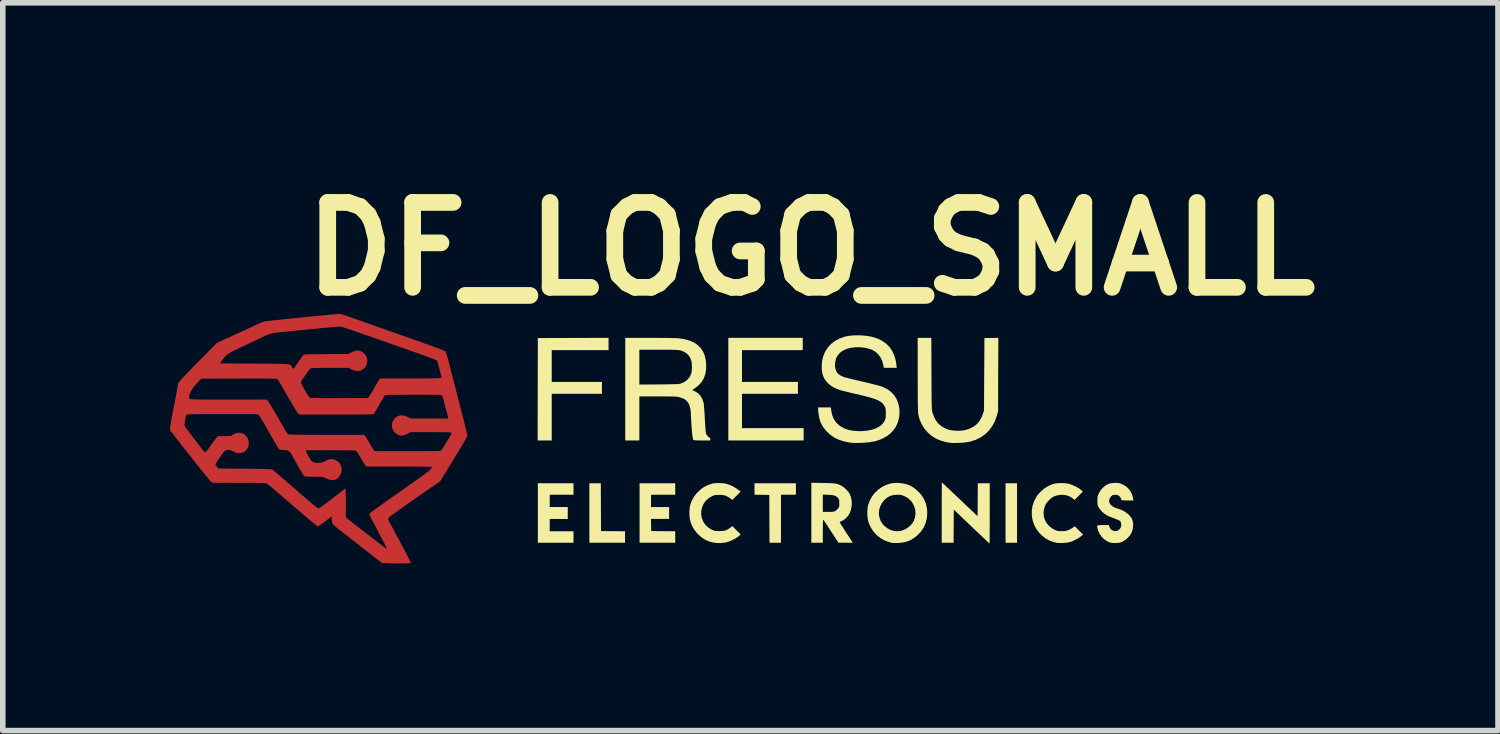
<source format=kicad_pcb>
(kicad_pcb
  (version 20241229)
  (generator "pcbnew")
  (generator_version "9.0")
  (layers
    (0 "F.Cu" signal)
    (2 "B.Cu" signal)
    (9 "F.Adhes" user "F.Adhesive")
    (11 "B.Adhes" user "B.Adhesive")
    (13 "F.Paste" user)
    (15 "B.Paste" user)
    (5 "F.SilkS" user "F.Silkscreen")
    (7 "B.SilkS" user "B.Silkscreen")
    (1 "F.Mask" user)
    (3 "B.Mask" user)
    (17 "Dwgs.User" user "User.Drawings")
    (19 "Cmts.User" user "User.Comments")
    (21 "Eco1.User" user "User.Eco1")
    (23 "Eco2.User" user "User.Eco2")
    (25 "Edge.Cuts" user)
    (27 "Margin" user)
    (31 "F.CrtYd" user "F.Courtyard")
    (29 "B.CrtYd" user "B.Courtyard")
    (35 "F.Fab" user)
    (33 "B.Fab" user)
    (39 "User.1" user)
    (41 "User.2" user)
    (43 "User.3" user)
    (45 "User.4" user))
  (footprint "DF_LOGO_SMALL"
    (layer "F.Cu")
    (at 11.853 4.818)
    (property "Reference" "DF_LOGO_SMALL" (at -0.348 -3.4 0) (layer "F.SilkS") (effects (font (size 1.524 1.524) (thickness 0.3))))
    (attr board_only exclude_from_pos_files exclude_from_bom)
    (fp_poly (pts (xy -8.792 -2.231) (xy -8.781 -2.23) (xy -8.779 -2.229) (xy -8.765 -2.225) (xy -8.738 -2.216) (xy -8.698 -2.203) (xy -8.649 -2.186) (xy -8.59 -2.166) (xy -8.523 -2.143) (xy -8.45 -2.117) (xy -8.372 -2.09) (xy -8.306 -2.066) (xy -8.212 -2.033) (xy -8.106 -1.995) (xy -7.992 -1.955) (xy -7.873 -1.913) (xy -7.753 -1.871) (xy -7.636 -1.829) (xy -7.524 -1.79) (xy -7.421 -1.753) (xy -7.399 -1.746) (xy -7.287 -1.706) (xy -7.189 -1.671) (xy -7.106 -1.641) (xy -7.038 -1.616) (xy -6.985 -1.595) (xy -6.946 -1.579) (xy -6.921 -1.568) (xy -6.911 -1.562) (xy -6.905 -1.554) (xy -6.899 -1.54) (xy -6.891 -1.519) (xy -6.881 -1.489) (xy -6.87 -1.448) (xy -6.856 -1.396) (xy -6.838 -1.331) (xy -6.823 -1.272) (xy -6.808 -1.212) (xy -6.789 -1.139) (xy -6.767 -1.055) (xy -6.744 -0.964) (xy -6.719 -0.868) (xy -6.694 -0.77) (xy -6.668 -0.672) (xy -6.644 -0.576) (xy -6.634 -0.537) (xy -6.612 -0.454) (xy -6.592 -0.374) (xy -6.573 -0.3) (xy -6.557 -0.233) (xy -6.542 -0.175) (xy -6.53 -0.126) (xy -6.522 -0.088) (xy -6.516 -0.062) (xy -6.514 -0.051) (xy -6.517 -0.041) (xy -6.526 -0.021) (xy -6.542 0.008) (xy -6.564 0.048) (xy -6.593 0.098) (xy -6.63 0.16) (xy -6.674 0.234) (xy -6.727 0.32) (xy -6.758 0.372) (xy -7.002 0.771) (xy -7.104 0.841) (xy -7.188 0.899) (xy -7.26 0.949) (xy -7.324 0.993) (xy -7.382 1.033) (xy -7.435 1.07) (xy -7.486 1.106) (xy -7.537 1.141) (xy -7.59 1.179) (xy -7.647 1.219) (xy -7.676 1.24) (xy -7.729 1.277) (xy -7.778 1.313) (xy -7.823 1.345) (xy -7.861 1.372) (xy -7.89 1.394) (xy -7.909 1.408) (xy -7.915 1.414) (xy -7.932 1.435) (xy -7.937 1.457) (xy -7.93 1.475) (xy -7.924 1.484) (xy -7.912 1.505) (xy -7.894 1.538) (xy -7.87 1.582) (xy -7.841 1.635) (xy -7.809 1.696) (xy -7.772 1.763) (xy -7.733 1.837) (xy -7.692 1.914) (xy -7.649 1.995) (xy -7.61 2.069) (xy -7.586 2.115) (xy -7.565 2.157) (xy -7.548 2.192) (xy -7.536 2.218) (xy -7.53 2.234) (xy -7.53 2.237) (xy -7.539 2.24) (xy -7.562 2.242) (xy -7.596 2.244) (xy -7.639 2.245) (xy -7.688 2.245) (xy -7.742 2.246) (xy -7.798 2.246) (xy -7.853 2.245) (xy -7.906 2.244) (xy -7.953 2.242) (xy -7.994 2.241) (xy -8.025 2.238) (xy -8.044 2.236) (xy -8.048 2.235) (xy -8.058 2.228) (xy -8.079 2.212) (xy -8.11 2.189) (xy -8.149 2.158) (xy -8.197 2.122) (xy -8.25 2.08) (xy -8.309 2.034) (xy -8.372 1.985) (xy -8.404 1.96) (xy -8.471 1.907) (xy -8.537 1.855) (xy -8.601 1.805) (xy -8.66 1.759) (xy -8.714 1.716) (xy -8.761 1.68) (xy -8.799 1.65) (xy -8.826 1.629) (xy -8.832 1.625) (xy -8.866 1.598) (xy -8.895 1.573) (xy -8.918 1.552) (xy -8.931 1.537) (xy -8.934 1.534) (xy -8.939 1.516) (xy -8.944 1.488) (xy -8.947 1.457) (xy -8.951 1.401) (xy -9.069 1.492) (xy -9.116 1.527) (xy -9.154 1.553) (xy -9.181 1.571) (xy -9.199 1.579) (xy -9.202 1.58) (xy -9.211 1.574) (xy -9.23 1.559) (xy -9.259 1.535) (xy -9.298 1.504) (xy -9.344 1.465) (xy -9.397 1.42) (xy -9.457 1.369) (xy -9.521 1.314) (xy -9.59 1.255) (xy -9.657 1.198) (xy -9.729 1.136) (xy -9.798 1.077) (xy -9.862 1.021) (xy -9.922 0.97) (xy -9.975 0.925) (xy -10.022 0.886) (xy -10.06 0.854) (xy -10.09 0.83) (xy -10.109 0.814) (xy -10.117 0.809) (xy -10.127 0.807) (xy -10.144 0.805) (xy -10.172 0.803) (xy -10.21 0.802) (xy -10.259 0.801) (xy -10.321 0.8) (xy -10.395 0.799) (xy -10.483 0.799) (xy -10.586 0.799) (xy -10.614 0.799) (xy -11.089 0.798) (xy -11.114 0.781) (xy -11.122 0.772) (xy -11.14 0.752) (xy -11.165 0.721) (xy -11.197 0.682) (xy -11.235 0.636) (xy -11.278 0.583) (xy -11.324 0.524) (xy -11.374 0.462) (xy -11.425 0.398) (xy -11.478 0.331) (xy -11.531 0.265) (xy -11.582 0.199) (xy -11.632 0.136) (xy -11.679 0.076) (xy -11.722 0.02) (xy -11.761 -0.029) (xy -11.793 -0.072) (xy -11.819 -0.106) (xy -11.837 -0.131) (xy -11.847 -0.145) (xy -11.848 -0.146) (xy -11.85 -0.153) (xy -11.852 -0.162) (xy -11.853 -0.173) (xy -11.852 -0.19) (xy -11.849 -0.212) (xy -11.844 -0.242) (xy -11.843 -0.25) (xy -11.591 -0.25) (xy -11.59 -0.228) (xy -11.588 -0.223) (xy -11.582 -0.212) (xy -11.567 -0.19) (xy -11.545 -0.16) (xy -11.518 -0.124) (xy -11.488 -0.084) (xy -11.476 -0.069) (xy -11.439 -0.021) (xy -11.401 0.029) (xy -11.363 0.079) (xy -11.328 0.124) (xy -11.301 0.16) (xy -11.301 0.16) (xy -11.269 0.201) (xy -11.245 0.23) (xy -11.227 0.247) (xy -11.219 0.251) (xy -11.21 0.244) (xy -11.194 0.227) (xy -11.173 0.2) (xy -11.149 0.168) (xy -11.133 0.146) (xy -11.105 0.107) (xy -11.078 0.069) (xy -11.053 0.036) (xy -11.034 0.01) (xy -11.028 0.003) (xy -10.997 -0.038) (xy -10.876 -0.041) (xy -10.755 -0.043) (xy -10.714 -0.07) (xy -10.666 -0.093) (xy -10.616 -0.101) (xy -10.568 -0.096) (xy -10.524 -0.076) (xy -10.486 -0.045) (xy -10.456 -0.001) (xy -10.454 0.004) (xy -10.438 0.055) (xy -10.437 0.107) (xy -10.45 0.157) (xy -10.477 0.202) (xy -10.48 0.205) (xy -10.511 0.236) (xy -10.542 0.254) (xy -10.58 0.263) (xy -10.609 0.264) (xy -10.639 0.263) (xy -10.663 0.259) (xy -10.687 0.249) (xy -10.713 0.235) (xy -10.761 0.213) (xy -10.802 0.205) (xy -10.839 0.211) (xy -10.86 0.221) (xy -10.875 0.234) (xy -10.895 0.257) (xy -10.918 0.286) (xy -10.932 0.306) (xy -10.955 0.34) (xy -10.979 0.374) (xy -10.999 0.403) (xy -11.007 0.415) (xy -11.023 0.438) (xy -11.033 0.457) (xy -11.036 0.467) (xy -11.031 0.48) (xy -11.019 0.499) (xy -11.009 0.511) (xy -10.982 0.542) (xy -10.509 0.545) (xy -10.41 0.546) (xy -10.325 0.547) (xy -10.254 0.548) (xy -10.194 0.549) (xy -10.146 0.55) (xy -10.107 0.551) (xy -10.077 0.552) (xy -10.054 0.554) (xy -10.038 0.556) (xy -10.026 0.558) (xy -10.017 0.56) (xy -10.012 0.563) (xy -10.002 0.57) (xy -9.981 0.587) (xy -9.951 0.612) (xy -9.912 0.646) (xy -9.865 0.686) (xy -9.811 0.732) (xy -9.752 0.782) (xy -9.689 0.837) (xy -9.622 0.895) (xy -9.598 0.916) (xy -9.514 0.99) (xy -9.441 1.053) (xy -9.378 1.107) (xy -9.326 1.152) (xy -9.283 1.188) (xy -9.248 1.216) (xy -9.222 1.236) (xy -9.204 1.249) (xy -9.192 1.256) (xy -9.189 1.257) (xy -9.176 1.252) (xy -9.153 1.238) (xy -9.117 1.214) (xy -9.071 1.18) (xy -9.012 1.136) (xy -8.966 1.101) (xy -8.916 1.063) (xy -8.868 1.026) (xy -8.825 0.993) (xy -8.789 0.964) (xy -8.76 0.942) (xy -8.742 0.928) (xy -8.737 0.924) (xy -8.72 0.91) (xy -8.706 0.902) (xy -8.704 0.901) (xy -8.701 0.909) (xy -8.7 0.932) (xy -8.698 0.968) (xy -8.697 1.018) (xy -8.696 1.08) (xy -8.696 1.153) (xy -8.696 1.158) (xy -8.696 1.416) (xy -8.678 1.433) (xy -8.667 1.442) (xy -8.646 1.46) (xy -8.615 1.484) (xy -8.577 1.514) (xy -8.533 1.548) (xy -8.485 1.584) (xy -8.466 1.599) (xy -8.408 1.643) (xy -8.345 1.692) (xy -8.281 1.741) (xy -8.219 1.789) (xy -8.163 1.832) (xy -8.123 1.864) (xy -8.081 1.897) (xy -8.043 1.926) (xy -8.011 1.95) (xy -7.986 1.967) (xy -7.971 1.977) (xy -7.967 1.979) (xy -7.965 1.97) (xy -7.968 1.958) (xy -7.974 1.946) (xy -7.986 1.922) (xy -8.002 1.889) (xy -8.022 1.851) (xy -8.042 1.814) (xy -8.076 1.75) (xy -8.109 1.686) (xy -8.142 1.623) (xy -8.173 1.564) (xy -8.201 1.51) (xy -8.226 1.462) (xy -8.246 1.423) (xy -8.261 1.394) (xy -8.269 1.377) (xy -8.271 1.373) (xy -8.271 1.358) (xy -8.258 1.34) (xy -8.255 1.337) (xy -8.245 1.329) (xy -8.224 1.313) (xy -8.191 1.289) (xy -8.149 1.259) (xy -8.097 1.222) (xy -8.038 1.18) (xy -7.972 1.133) (xy -7.901 1.082) (xy -7.824 1.028) (xy -7.744 0.972) (xy -7.717 0.953) (xy -7.614 0.881) (xy -7.525 0.817) (xy -7.447 0.762) (xy -7.38 0.714) (xy -7.323 0.673) (xy -7.277 0.639) (xy -7.24 0.611) (xy -7.211 0.589) (xy -7.191 0.572) (xy -7.178 0.56) (xy -7.173 0.555) (xy -7.159 0.534) (xy -7.149 0.518) (xy -7.146 0.513) (xy -7.154 0.512) (xy -7.176 0.511) (xy -7.212 0.51) (xy -7.26 0.509) (xy -7.319 0.508) (xy -7.387 0.507) (xy -7.464 0.507) (xy -7.548 0.506) (xy -7.638 0.506) (xy -7.733 0.506) (xy -8.325 0.506) (xy -8.343 0.487) (xy -8.353 0.473) (xy -8.369 0.449) (xy -8.389 0.417) (xy -8.41 0.382) (xy -8.411 0.38) (xy -8.441 0.33) (xy -8.463 0.292) (xy -8.48 0.264) (xy -8.493 0.245) (xy -8.503 0.233) (xy -8.511 0.225) (xy -8.518 0.221) (xy -8.527 0.219) (xy -8.53 0.219) (xy -8.542 0.218) (xy -8.567 0.217) (xy -8.604 0.216) (xy -8.652 0.216) (xy -8.707 0.215) (xy -8.77 0.215) (xy -8.837 0.214) (xy -8.908 0.214) (xy -8.98 0.214) (xy -9.052 0.213) (xy -9.123 0.213) (xy -9.189 0.213) (xy -9.25 0.214) (xy -9.304 0.214) (xy -9.35 0.214) (xy -9.384 0.215) (xy -9.407 0.215) (xy -9.415 0.216) (xy -9.415 0.216) (xy -9.412 0.228) (xy -9.402 0.25) (xy -9.388 0.279) (xy -9.372 0.311) (xy -9.355 0.342) (xy -9.339 0.37) (xy -9.327 0.391) (xy -9.319 0.401) (xy -9.285 0.424) (xy -9.244 0.439) (xy -9.211 0.443) (xy -9.169 0.44) (xy -9.125 0.432) (xy -9.087 0.42) (xy -9.06 0.407) (xy -9.012 0.382) (xy -8.965 0.372) (xy -8.917 0.377) (xy -8.882 0.39) (xy -8.843 0.412) (xy -8.816 0.436) (xy -8.794 0.469) (xy -8.785 0.488) (xy -8.77 0.537) (xy -8.771 0.588) (xy -8.787 0.64) (xy -8.793 0.653) (xy -8.824 0.699) (xy -8.86 0.731) (xy -8.902 0.747) (xy -8.951 0.75) (xy -9.004 0.737) (xy -9.042 0.721) (xy -9.103 0.692) (xy -9.27 0.689) (xy -9.327 0.688) (xy -9.37 0.687) (xy -9.401 0.686) (xy -9.422 0.683) (xy -9.436 0.681) (xy -9.445 0.677) (xy -9.449 0.673) (xy -9.457 0.661) (xy -9.472 0.637) (xy -9.492 0.604) (xy -9.515 0.564) (xy -9.541 0.52) (xy -9.567 0.475) (xy -9.592 0.429) (xy -9.615 0.387) (xy -9.635 0.35) (xy -9.649 0.325) (xy -9.673 0.281) (xy -9.696 0.249) (xy -9.72 0.228) (xy -9.748 0.216) (xy -9.783 0.21) (xy -9.816 0.209) (xy -9.853 0.208) (xy -9.877 0.205) (xy -9.891 0.199) (xy -9.892 0.198) (xy -9.9 0.187) (xy -9.915 0.164) (xy -9.935 0.129) (xy -9.962 0.085) (xy -9.992 0.032) (xy -10.027 -0.028) (xy -10.066 -0.095) (xy -10.106 -0.166) (xy -10.148 -0.24) (xy -10.158 -0.257) (xy -10.183 -0.301) (xy -10.207 -0.341) (xy -10.229 -0.376) (xy -10.246 -0.401) (xy -10.257 -0.416) (xy -10.258 -0.417) (xy -10.278 -0.435) (xy -10.908 -0.435) (xy -11.028 -0.435) (xy -11.133 -0.435) (xy -11.224 -0.434) (xy -11.301 -0.434) (xy -11.367 -0.433) (xy -11.42 -0.433) (xy -11.464 -0.432) (xy -11.497 -0.431) (xy -11.522 -0.429) (xy -11.539 -0.428) (xy -11.549 -0.426) (xy -11.553 -0.425) (xy -11.563 -0.409) (xy -11.571 -0.38) (xy -11.574 -0.364) (xy -11.579 -0.33) (xy -11.584 -0.296) (xy -11.588 -0.276) (xy -11.591 -0.25) (xy -11.843 -0.25) (xy -11.837 -0.282) (xy -11.828 -0.333) (xy -11.816 -0.396) (xy -11.804 -0.459) (xy -11.79 -0.53) (xy -11.776 -0.602) (xy -11.763 -0.671) (xy -11.752 -0.73) (xy -11.511 -0.73) (xy -11.511 -0.723) (xy -11.507 -0.717) (xy -11.499 -0.712) (xy -11.487 -0.707) (xy -11.47 -0.704) (xy -11.445 -0.701) (xy -11.413 -0.699) (xy -11.373 -0.698) (xy -11.324 -0.697) (xy -11.264 -0.696) (xy -11.192 -0.696) (xy -11.109 -0.696) (xy -11.012 -0.696) (xy -10.901 -0.696) (xy -10.8 -0.696) (xy -10.114 -0.696) (xy -10.098 -0.678) (xy -10.09 -0.667) (xy -10.075 -0.644) (xy -10.055 -0.611) (xy -10.03 -0.57) (xy -10.001 -0.522) (xy -9.97 -0.47) (xy -9.938 -0.415) (xy -9.905 -0.358) (xy -9.873 -0.303) (xy -9.842 -0.25) (xy -9.814 -0.201) (xy -9.792 -0.161) (xy -9.766 -0.118) (xy -9.745 -0.089) (xy -9.729 -0.073) (xy -9.727 -0.072) (xy -9.719 -0.071) (xy -9.701 -0.069) (xy -9.673 -0.068) (xy -9.634 -0.067) (xy -9.584 -0.066) (xy -9.522 -0.065) (xy -9.447 -0.064) (xy -9.359 -0.064) (xy -9.257 -0.063) (xy -9.141 -0.063) (xy -9.037 -0.063) (xy -8.367 -0.063) (xy -8.351 -0.045) (xy -8.342 -0.032) (xy -8.326 -0.008) (xy -8.307 0.023) (xy -8.286 0.06) (xy -8.277 0.075) (xy -8.255 0.114) (xy -8.234 0.149) (xy -8.216 0.179) (xy -8.203 0.199) (xy -8.2 0.204) (xy -8.181 0.229) (xy -7.589 0.229) (xy -7.478 0.229) (xy -7.382 0.229) (xy -7.299 0.229) (xy -7.229 0.229) (xy -7.171 0.229) (xy -7.123 0.228) (xy -7.084 0.227) (xy -7.054 0.227) (xy -7.031 0.226) (xy -7.014 0.224) (xy -7.001 0.223) (xy -6.993 0.221) (xy -6.988 0.218) (xy -6.984 0.216) (xy -6.982 0.213) (xy -6.974 0.202) (xy -6.959 0.18) (xy -6.939 0.148) (xy -6.915 0.11) (xy -6.888 0.067) (xy -6.88 0.054) (xy -6.849 0.004) (xy -6.826 -0.035) (xy -6.811 -0.063) (xy -6.802 -0.082) (xy -6.798 -0.094) (xy -6.8 -0.1) (xy -6.804 -0.103) (xy -6.815 -0.105) (xy -6.832 -0.107) (xy -6.858 -0.108) (xy -6.893 -0.109) (xy -6.938 -0.11) (xy -6.996 -0.11) (xy -7.066 -0.111) (xy -7.151 -0.111) (xy -7.174 -0.111) (xy -7.54 -0.111) (xy -7.585 -0.084) (xy -7.636 -0.059) (xy -7.683 -0.049) (xy -7.717 -0.052) (xy -7.768 -0.07) (xy -7.81 -0.098) (xy -7.841 -0.135) (xy -7.861 -0.178) (xy -7.87 -0.224) (xy -7.866 -0.271) (xy -7.849 -0.317) (xy -7.819 -0.358) (xy -7.779 -0.391) (xy -7.733 -0.41) (xy -7.683 -0.414) (xy -7.631 -0.404) (xy -7.587 -0.384) (xy -7.536 -0.356) (xy -6.862 -0.356) (xy -6.862 -0.374) (xy -6.864 -0.389) (xy -6.87 -0.415) (xy -6.878 -0.447) (xy -6.882 -0.462) (xy -6.892 -0.498) (xy -6.904 -0.543) (xy -6.916 -0.593) (xy -6.929 -0.641) (xy -6.929 -0.644) (xy -6.94 -0.684) (xy -6.951 -0.72) (xy -6.96 -0.748) (xy -6.968 -0.766) (xy -6.97 -0.768) (xy -6.973 -0.771) (xy -6.978 -0.774) (xy -6.986 -0.776) (xy -6.997 -0.777) (xy -7.014 -0.779) (xy -7.037 -0.78) (xy -7.068 -0.781) (xy -7.107 -0.782) (xy -7.157 -0.782) (xy -7.217 -0.782) (xy -7.289 -0.783) (xy -7.375 -0.783) (xy -7.475 -0.783) (xy -7.483 -0.783) (xy -7.586 -0.783) (xy -7.673 -0.782) (xy -7.748 -0.782) (xy -7.81 -0.782) (xy -7.86 -0.781) (xy -7.901 -0.781) (xy -7.932 -0.78) (xy -7.956 -0.778) (xy -7.973 -0.777) (xy -7.985 -0.775) (xy -7.992 -0.773) (xy -7.995 -0.771) (xy -8.003 -0.76) (xy -8.016 -0.738) (xy -8.035 -0.707) (xy -8.058 -0.668) (xy -8.083 -0.625) (xy -8.096 -0.603) (xy -8.122 -0.557) (xy -8.146 -0.516) (xy -8.167 -0.481) (xy -8.183 -0.455) (xy -8.194 -0.44) (xy -8.196 -0.437) (xy -8.202 -0.435) (xy -8.214 -0.433) (xy -8.234 -0.432) (xy -8.262 -0.431) (xy -8.299 -0.43) (xy -8.347 -0.429) (xy -8.405 -0.428) (xy -8.475 -0.428) (xy -8.558 -0.427) (xy -8.654 -0.427) (xy -8.764 -0.427) (xy -8.871 -0.427) (xy -9.533 -0.427) (xy -9.552 -0.445) (xy -9.56 -0.455) (xy -9.575 -0.478) (xy -9.596 -0.511) (xy -9.622 -0.554) (xy -9.652 -0.604) (xy -9.685 -0.66) (xy -9.72 -0.72) (xy -9.734 -0.744) (xy -9.776 -0.817) (xy -9.811 -0.879) (xy -9.84 -0.929) (xy -9.864 -0.969) (xy -9.882 -1) (xy -9.896 -1.023) (xy -9.906 -1.04) (xy -9.914 -1.051) (xy -9.92 -1.058) (xy -9.925 -1.062) (xy -9.929 -1.064) (xy -9.933 -1.066) (xy -9.937 -1.067) (xy -9.948 -1.069) (xy -9.975 -1.07) (xy -10.015 -1.071) (xy -10.071 -1.072) (xy -10.142 -1.073) (xy -10.228 -1.074) (xy -10.329 -1.074) (xy -10.446 -1.074) (xy -10.578 -1.073) (xy -10.624 -1.073) (xy -11.291 -1.071) (xy -11.369 -0.988) (xy -11.424 -0.925) (xy -11.465 -0.867) (xy -11.492 -0.812) (xy -11.506 -0.762) (xy -11.507 -0.758) (xy -11.509 -0.747) (xy -11.51 -0.738) (xy -11.511 -0.73) (xy -11.752 -0.73) (xy -11.751 -0.735) (xy -11.741 -0.791) (xy -11.732 -0.836) (xy -11.728 -0.862) (xy -11.72 -0.904) (xy -11.713 -0.942) (xy -11.708 -0.972) (xy -11.704 -0.991) (xy -11.703 -0.995) (xy -11.697 -1.004) (xy -11.68 -1.023) (xy -11.654 -1.052) (xy -11.62 -1.09) (xy -11.577 -1.135) (xy -11.527 -1.187) (xy -11.471 -1.245) (xy -11.41 -1.308) (xy -11.371 -1.347) (xy -10.954 -1.347) (xy -10.954 -1.346) (xy -10.946 -1.346) (xy -10.923 -1.345) (xy -10.887 -1.345) (xy -10.839 -1.344) (xy -10.779 -1.344) (xy -10.71 -1.343) (xy -10.633 -1.343) (xy -10.548 -1.342) (xy -10.457 -1.342) (xy -10.361 -1.341) (xy -10.339 -1.341) (xy -10.223 -1.341) (xy -10.121 -1.34) (xy -10.033 -1.34) (xy -9.958 -1.339) (xy -9.894 -1.338) (xy -9.841 -1.337) (xy -9.798 -1.335) (xy -9.763 -1.333) (xy -9.735 -1.331) (xy -9.714 -1.327) (xy -9.699 -1.323) (xy -9.688 -1.318) (xy -9.68 -1.312) (xy -9.674 -1.305) (xy -9.67 -1.296) (xy -9.666 -1.287) (xy -9.663 -1.281) (xy -9.653 -1.261) (xy -9.642 -1.25) (xy -9.639 -1.249) (xy -9.632 -1.255) (xy -9.617 -1.273) (xy -9.597 -1.299) (xy -9.574 -1.333) (xy -9.551 -1.366) (xy -9.525 -1.404) (xy -9.5 -1.439) (xy -9.48 -1.468) (xy -9.465 -1.488) (xy -9.458 -1.496) (xy -9.453 -1.499) (xy -9.446 -1.501) (xy -9.435 -1.504) (xy -9.419 -1.505) (xy -9.397 -1.507) (xy -9.367 -1.508) (xy -9.327 -1.509) (xy -9.278 -1.51) (xy -9.216 -1.51) (xy -9.142 -1.511) (xy -9.053 -1.512) (xy -9.047 -1.512) (xy -8.651 -1.514) (xy -8.59 -1.546) (xy -8.538 -1.567) (xy -8.493 -1.576) (xy -8.452 -1.573) (xy -8.414 -1.559) (xy -8.371 -1.529) (xy -8.339 -1.491) (xy -8.319 -1.448) (xy -8.31 -1.402) (xy -8.313 -1.355) (xy -8.327 -1.31) (xy -8.353 -1.27) (xy -8.391 -1.237) (xy -8.403 -1.23) (xy -8.45 -1.212) (xy -8.498 -1.209) (xy -8.55 -1.22) (xy -8.591 -1.237) (xy -8.647 -1.265) (xy -8.983 -1.265) (xy -9.065 -1.265) (xy -9.133 -1.265) (xy -9.188 -1.264) (xy -9.231 -1.264) (xy -9.265 -1.263) (xy -9.29 -1.262) (xy -9.307 -1.26) (xy -9.32 -1.258) (xy -9.328 -1.255) (xy -9.333 -1.252) (xy -9.334 -1.251) (xy -9.347 -1.237) (xy -9.365 -1.214) (xy -9.387 -1.184) (xy -9.412 -1.15) (xy -9.436 -1.114) (xy -9.459 -1.079) (xy -9.479 -1.048) (xy -9.494 -1.023) (xy -9.501 -1.007) (xy -9.502 -1.004) (xy -9.498 -0.992) (xy -9.488 -0.969) (xy -9.472 -0.937) (xy -9.451 -0.9) (xy -9.43 -0.862) (xy -9.401 -0.812) (xy -9.378 -0.776) (xy -9.361 -0.751) (xy -9.347 -0.735) (xy -9.337 -0.728) (xy -9.337 -0.728) (xy -9.325 -0.727) (xy -9.298 -0.725) (xy -9.257 -0.724) (xy -9.202 -0.723) (xy -9.136 -0.722) (xy -9.058 -0.722) (xy -8.969 -0.722) (xy -8.871 -0.722) (xy -8.808 -0.722) (xy -8.299 -0.723) (xy -8.281 -0.745) (xy -8.271 -0.758) (xy -8.256 -0.783) (xy -8.235 -0.816) (xy -8.212 -0.856) (xy -8.187 -0.899) (xy -8.185 -0.903) (xy -8.161 -0.946) (xy -8.138 -0.986) (xy -8.118 -1.019) (xy -8.102 -1.043) (xy -8.093 -1.057) (xy -8.092 -1.057) (xy -8.077 -1.075) (xy -7.538 -1.075) (xy -7.427 -1.075) (xy -7.331 -1.075) (xy -7.249 -1.076) (xy -7.18 -1.076) (xy -7.124 -1.077) (xy -7.078 -1.078) (xy -7.043 -1.079) (xy -7.017 -1.08) (xy -6.999 -1.082) (xy -6.989 -1.084) (xy -6.986 -1.085) (xy -6.981 -1.09) (xy -6.979 -1.098) (xy -6.98 -1.111) (xy -6.984 -1.131) (xy -6.993 -1.162) (xy -7.004 -1.202) (xy -7.016 -1.244) (xy -7.028 -1.286) (xy -7.037 -1.321) (xy -7.043 -1.346) (xy -7.044 -1.349) (xy -7.051 -1.375) (xy -7.061 -1.396) (xy -7.066 -1.402) (xy -7.076 -1.407) (xy -7.099 -1.416) (xy -7.134 -1.429) (xy -7.181 -1.446) (xy -7.239 -1.467) (xy -7.305 -1.491) (xy -7.38 -1.518) (xy -7.461 -1.547) (xy -7.549 -1.578) (xy -7.64 -1.611) (xy -7.735 -1.644) (xy -7.833 -1.678) (xy -7.931 -1.713) (xy -8.029 -1.748) (xy -8.127 -1.782) (xy -8.221 -1.815) (xy -8.313 -1.846) (xy -8.399 -1.876) (xy -8.48 -1.904) (xy -8.553 -1.93) (xy -8.619 -1.952) (xy -8.675 -1.971) (xy -8.721 -1.986) (xy -8.755 -1.997) (xy -8.776 -2.004) (xy -8.783 -2.006) (xy -8.797 -2.006) (xy -8.825 -2.004) (xy -8.864 -2.002) (xy -8.914 -1.998) (xy -8.971 -1.993) (xy -9.035 -1.987) (xy -9.102 -1.981) (xy -9.103 -1.981) (xy -9.186 -1.972) (xy -9.28 -1.963) (xy -9.378 -1.954) (xy -9.476 -1.944) (xy -9.57 -1.935) (xy -9.655 -1.927) (xy -9.676 -1.925) (xy -9.744 -1.918) (xy -9.808 -1.911) (xy -9.868 -1.905) (xy -9.921 -1.9) (xy -9.964 -1.895) (xy -9.995 -1.891) (xy -10.01 -1.889) (xy -10.033 -1.884) (xy -10.062 -1.875) (xy -10.097 -1.861) (xy -10.141 -1.841) (xy -10.197 -1.816) (xy -10.227 -1.801) (xy -10.283 -1.774) (xy -10.349 -1.743) (xy -10.42 -1.709) (xy -10.491 -1.675) (xy -10.558 -1.644) (xy -10.585 -1.631) (xy -10.639 -1.605) (xy -10.69 -1.581) (xy -10.735 -1.557) (xy -10.773 -1.538) (xy -10.802 -1.522) (xy -10.816 -1.512) (xy -10.832 -1.499) (xy -10.852 -1.478) (xy -10.875 -1.453) (xy -10.898 -1.425) (xy -10.92 -1.398) (xy -10.938 -1.374) (xy -10.95 -1.356) (xy -10.954 -1.347) (xy -11.371 -1.347) (xy -11.354 -1.364) (xy -11.008 -1.715) (xy -10.874 -1.776) (xy -10.767 -1.824) (xy -10.657 -1.875) (xy -10.547 -1.925) (xy -10.442 -1.973) (xy -10.346 -2.018) (xy -10.309 -2.035) (xy -10.246 -2.064) (xy -10.195 -2.085) (xy -10.156 -2.098) (xy -10.131 -2.104) (xy -10.116 -2.105) (xy -10.086 -2.109) (xy -10.043 -2.113) (xy -9.989 -2.119) (xy -9.923 -2.126) (xy -9.849 -2.134) (xy -9.766 -2.142) (xy -9.677 -2.151) (xy -9.582 -2.161) (xy -9.484 -2.171) (xy -9.449 -2.174) (xy -9.33 -2.186) (xy -9.226 -2.196) (xy -9.136 -2.205) (xy -9.059 -2.212) (xy -8.993 -2.218) (xy -8.938 -2.223) (xy -8.893 -2.227) (xy -8.857 -2.229) (xy -8.829 -2.231) (xy -8.807 -2.231)) (stroke (width 0) (type solid)) (fill yes) (layer "F.Cu"))
    (fp_poly (pts (xy -8.792 -2.231) (xy -8.781 -2.23) (xy -8.779 -2.229) (xy -8.765 -2.225) (xy -8.738 -2.216) (xy -8.698 -2.203) (xy -8.649 -2.186) (xy -8.59 -2.166) (xy -8.523 -2.143) (xy -8.45 -2.117) (xy -8.372 -2.09) (xy -8.306 -2.066) (xy -8.212 -2.033) (xy -8.106 -1.995) (xy -7.992 -1.955) (xy -7.873 -1.913) (xy -7.753 -1.871) (xy -7.636 -1.829) (xy -7.524 -1.79) (xy -7.421 -1.753) (xy -7.399 -1.746) (xy -7.287 -1.706) (xy -7.189 -1.671) (xy -7.106 -1.641) (xy -7.038 -1.616) (xy -6.985 -1.595) (xy -6.946 -1.579) (xy -6.921 -1.568) (xy -6.911 -1.562) (xy -6.905 -1.554) (xy -6.899 -1.54) (xy -6.891 -1.519) (xy -6.881 -1.489) (xy -6.87 -1.448) (xy -6.856 -1.396) (xy -6.838 -1.331) (xy -6.823 -1.272) (xy -6.808 -1.212) (xy -6.789 -1.139) (xy -6.767 -1.055) (xy -6.744 -0.964) (xy -6.719 -0.868) (xy -6.694 -0.77) (xy -6.668 -0.672) (xy -6.644 -0.576) (xy -6.634 -0.537) (xy -6.612 -0.454) (xy -6.592 -0.374) (xy -6.573 -0.3) (xy -6.557 -0.233) (xy -6.542 -0.175) (xy -6.53 -0.126) (xy -6.522 -0.088) (xy -6.516 -0.062) (xy -6.514 -0.051) (xy -6.517 -0.041) (xy -6.526 -0.021) (xy -6.542 0.008) (xy -6.564 0.048) (xy -6.593 0.098) (xy -6.63 0.16) (xy -6.674 0.234) (xy -6.727 0.32) (xy -6.758 0.372) (xy -7.002 0.771) (xy -7.104 0.841) (xy -7.188 0.899) (xy -7.26 0.949) (xy -7.324 0.993) (xy -7.382 1.033) (xy -7.435 1.07) (xy -7.486 1.106) (xy -7.537 1.141) (xy -7.59 1.179) (xy -7.647 1.219) (xy -7.676 1.24) (xy -7.729 1.277) (xy -7.778 1.313) (xy -7.823 1.345) (xy -7.861 1.372) (xy -7.89 1.394) (xy -7.909 1.408) (xy -7.915 1.414) (xy -7.932 1.435) (xy -7.937 1.457) (xy -7.93 1.475) (xy -7.924 1.484) (xy -7.912 1.505) (xy -7.894 1.538) (xy -7.87 1.582) (xy -7.841 1.635) (xy -7.809 1.696) (xy -7.772 1.763) (xy -7.733 1.837) (xy -7.692 1.914) (xy -7.649 1.995) (xy -7.61 2.069) (xy -7.586 2.115) (xy -7.565 2.157) (xy -7.548 2.192) (xy -7.536 2.218) (xy -7.53 2.234) (xy -7.53 2.237) (xy -7.539 2.24) (xy -7.562 2.242) (xy -7.596 2.244) (xy -7.639 2.245) (xy -7.688 2.245) (xy -7.742 2.246) (xy -7.798 2.246) (xy -7.853 2.245) (xy -7.906 2.244) (xy -7.953 2.242) (xy -7.994 2.241) (xy -8.025 2.238) (xy -8.044 2.236) (xy -8.048 2.235) (xy -8.058 2.228) (xy -8.079 2.212) (xy -8.11 2.189) (xy -8.149 2.158) (xy -8.197 2.122) (xy -8.25 2.08) (xy -8.309 2.034) (xy -8.372 1.985) (xy -8.404 1.96) (xy -8.471 1.907) (xy -8.537 1.855) (xy -8.601 1.805) (xy -8.66 1.759) (xy -8.714 1.716) (xy -8.761 1.68) (xy -8.799 1.65) (xy -8.826 1.629) (xy -8.832 1.625) (xy -8.866 1.598) (xy -8.895 1.573) (xy -8.918 1.552) (xy -8.931 1.537) (xy -8.934 1.534) (xy -8.939 1.516) (xy -8.944 1.488) (xy -8.947 1.457) (xy -8.951 1.401) (xy -9.069 1.492) (xy -9.116 1.527) (xy -9.154 1.553) (xy -9.181 1.571) (xy -9.199 1.579) (xy -9.202 1.58) (xy -9.211 1.574) (xy -9.23 1.559) (xy -9.259 1.535) (xy -9.298 1.504) (xy -9.344 1.465) (xy -9.397 1.42) (xy -9.457 1.369) (xy -9.521 1.314) (xy -9.59 1.255) (xy -9.657 1.198) (xy -9.729 1.136) (xy -9.798 1.077) (xy -9.862 1.021) (xy -9.922 0.97) (xy -9.975 0.925) (xy -10.022 0.886) (xy -10.06 0.854) (xy -10.09 0.83) (xy -10.109 0.814) (xy -10.117 0.809) (xy -10.127 0.807) (xy -10.144 0.805) (xy -10.172 0.803) (xy -10.21 0.802) (xy -10.259 0.801) (xy -10.321 0.8) (xy -10.395 0.799) (xy -10.483 0.799) (xy -10.586 0.799) (xy -10.614 0.799) (xy -11.089 0.798) (xy -11.114 0.781) (xy -11.122 0.772) (xy -11.14 0.752) (xy -11.165 0.721) (xy -11.197 0.682) (xy -11.235 0.636) (xy -11.278 0.583) (xy -11.324 0.524) (xy -11.374 0.462) (xy -11.425 0.398) (xy -11.478 0.331) (xy -11.531 0.265) (xy -11.582 0.199) (xy -11.632 0.136) (xy -11.679 0.076) (xy -11.722 0.02) (xy -11.761 -0.029) (xy -11.793 -0.072) (xy -11.819 -0.106) (xy -11.837 -0.131) (xy -11.847 -0.145) (xy -11.848 -0.146) (xy -11.85 -0.153) (xy -11.852 -0.162) (xy -11.853 -0.173) (xy -11.852 -0.19) (xy -11.849 -0.212) (xy -11.844 -0.242) (xy -11.843 -0.25) (xy -11.591 -0.25) (xy -11.59 -0.228) (xy -11.588 -0.223) (xy -11.582 -0.212) (xy -11.567 -0.19) (xy -11.545 -0.16) (xy -11.518 -0.124) (xy -11.488 -0.084) (xy -11.476 -0.069) (xy -11.439 -0.021) (xy -11.401 0.029) (xy -11.363 0.079) (xy -11.328 0.124) (xy -11.301 0.16) (xy -11.301 0.16) (xy -11.269 0.201) (xy -11.245 0.23) (xy -11.227 0.247) (xy -11.219 0.251) (xy -11.21 0.244) (xy -11.194 0.227) (xy -11.173 0.2) (xy -11.149 0.168) (xy -11.133 0.146) (xy -11.105 0.107) (xy -11.078 0.069) (xy -11.053 0.036) (xy -11.034 0.01) (xy -11.028 0.003) (xy -10.997 -0.038) (xy -10.876 -0.041) (xy -10.755 -0.043) (xy -10.714 -0.07) (xy -10.666 -0.093) (xy -10.616 -0.101) (xy -10.568 -0.096) (xy -10.524 -0.076) (xy -10.486 -0.045) (xy -10.456 -0.001) (xy -10.454 0.004) (xy -10.438 0.055) (xy -10.437 0.107) (xy -10.45 0.157) (xy -10.477 0.202) (xy -10.48 0.205) (xy -10.511 0.236) (xy -10.542 0.254) (xy -10.58 0.263) (xy -10.609 0.264) (xy -10.639 0.263) (xy -10.663 0.259) (xy -10.687 0.249) (xy -10.713 0.235) (xy -10.761 0.213) (xy -10.802 0.205) (xy -10.839 0.211) (xy -10.86 0.221) (xy -10.875 0.234) (xy -10.895 0.257) (xy -10.918 0.286) (xy -10.932 0.306) (xy -10.955 0.34) (xy -10.979 0.374) (xy -10.999 0.403) (xy -11.007 0.415) (xy -11.023 0.438) (xy -11.033 0.457) (xy -11.036 0.467) (xy -11.031 0.48) (xy -11.019 0.499) (xy -11.009 0.511) (xy -10.982 0.542) (xy -10.509 0.545) (xy -10.41 0.546) (xy -10.325 0.547) (xy -10.254 0.548) (xy -10.194 0.549) (xy -10.146 0.55) (xy -10.107 0.551) (xy -10.077 0.552) (xy -10.054 0.554) (xy -10.038 0.556) (xy -10.026 0.558) (xy -10.017 0.56) (xy -10.012 0.563) (xy -10.002 0.57) (xy -9.981 0.587) (xy -9.951 0.612) (xy -9.912 0.646) (xy -9.865 0.686) (xy -9.811 0.732) (xy -9.752 0.782) (xy -9.689 0.837) (xy -9.622 0.895) (xy -9.598 0.916) (xy -9.514 0.99) (xy -9.441 1.053) (xy -9.378 1.107) (xy -9.326 1.152) (xy -9.283 1.188) (xy -9.248 1.216) (xy -9.222 1.236) (xy -9.204 1.249) (xy -9.192 1.256) (xy -9.189 1.257) (xy -9.176 1.252) (xy -9.153 1.238) (xy -9.117 1.214) (xy -9.071 1.18) (xy -9.012 1.136) (xy -8.966 1.101) (xy -8.916 1.063) (xy -8.868 1.026) (xy -8.825 0.993) (xy -8.789 0.964) (xy -8.76 0.942) (xy -8.742 0.928) (xy -8.737 0.924) (xy -8.72 0.91) (xy -8.706 0.902) (xy -8.704 0.901) (xy -8.701 0.909) (xy -8.7 0.932) (xy -8.698 0.968) (xy -8.697 1.018) (xy -8.696 1.08) (xy -8.696 1.153) (xy -8.696 1.158) (xy -8.696 1.416) (xy -8.678 1.433) (xy -8.667 1.442) (xy -8.646 1.46) (xy -8.615 1.484) (xy -8.577 1.514) (xy -8.533 1.548) (xy -8.485 1.584) (xy -8.466 1.599) (xy -8.408 1.643) (xy -8.345 1.692) (xy -8.281 1.741) (xy -8.219 1.789) (xy -8.163 1.832) (xy -8.123 1.864) (xy -8.081 1.897) (xy -8.043 1.926) (xy -8.011 1.95) (xy -7.986 1.967) (xy -7.971 1.977) (xy -7.967 1.979) (xy -7.965 1.97) (xy -7.968 1.958) (xy -7.974 1.946) (xy -7.986 1.922) (xy -8.002 1.889) (xy -8.022 1.851) (xy -8.042 1.814) (xy -8.076 1.75) (xy -8.109 1.686) (xy -8.142 1.623) (xy -8.173 1.564) (xy -8.201 1.51) (xy -8.226 1.462) (xy -8.246 1.423) (xy -8.261 1.394) (xy -8.269 1.377) (xy -8.271 1.373) (xy -8.271 1.358) (xy -8.258 1.34) (xy -8.255 1.337) (xy -8.245 1.329) (xy -8.224 1.313) (xy -8.191 1.289) (xy -8.149 1.259) (xy -8.097 1.222) (xy -8.038 1.18) (xy -7.972 1.133) (xy -7.901 1.082) (xy -7.824 1.028) (xy -7.744 0.972) (xy -7.717 0.953) (xy -7.614 0.881) (xy -7.525 0.817) (xy -7.447 0.762) (xy -7.38 0.714) (xy -7.323 0.673) (xy -7.277 0.639) (xy -7.24 0.611) (xy -7.211 0.589) (xy -7.191 0.572) (xy -7.178 0.56) (xy -7.173 0.555) (xy -7.159 0.534) (xy -7.149 0.518) (xy -7.146 0.513) (xy -7.154 0.512) (xy -7.176 0.511) (xy -7.212 0.51) (xy -7.26 0.509) (xy -7.319 0.508) (xy -7.387 0.507) (xy -7.464 0.507) (xy -7.548 0.506) (xy -7.638 0.506) (xy -7.733 0.506) (xy -8.325 0.506) (xy -8.343 0.487) (xy -8.353 0.473) (xy -8.369 0.449) (xy -8.389 0.417) (xy -8.41 0.382) (xy -8.411 0.38) (xy -8.441 0.33) (xy -8.463 0.292) (xy -8.48 0.264) (xy -8.493 0.245) (xy -8.503 0.233) (xy -8.511 0.225) (xy -8.518 0.221) (xy -8.527 0.219) (xy -8.53 0.219) (xy -8.542 0.218) (xy -8.567 0.217) (xy -8.604 0.216) (xy -8.652 0.216) (xy -8.707 0.215) (xy -8.77 0.215) (xy -8.837 0.214) (xy -8.908 0.214) (xy -8.98 0.214) (xy -9.052 0.213) (xy -9.123 0.213) (xy -9.189 0.213) (xy -9.25 0.214) (xy -9.304 0.214) (xy -9.35 0.214) (xy -9.384 0.215) (xy -9.407 0.215) (xy -9.415 0.216) (xy -9.415 0.216) (xy -9.412 0.228) (xy -9.402 0.25) (xy -9.388 0.279) (xy -9.372 0.311) (xy -9.355 0.342) (xy -9.339 0.37) (xy -9.327 0.391) (xy -9.319 0.401) (xy -9.285 0.424) (xy -9.244 0.439) (xy -9.211 0.443) (xy -9.169 0.44) (xy -9.125 0.432) (xy -9.087 0.42) (xy -9.06 0.407) (xy -9.012 0.382) (xy -8.965 0.372) (xy -8.917 0.377) (xy -8.882 0.39) (xy -8.843 0.412) (xy -8.816 0.436) (xy -8.794 0.469) (xy -8.785 0.488) (xy -8.77 0.537) (xy -8.771 0.588) (xy -8.787 0.64) (xy -8.793 0.653) (xy -8.824 0.699) (xy -8.86 0.731) (xy -8.902 0.747) (xy -8.951 0.75) (xy -9.004 0.737) (xy -9.042 0.721) (xy -9.103 0.692) (xy -9.27 0.689) (xy -9.327 0.688) (xy -9.37 0.687) (xy -9.401 0.686) (xy -9.422 0.683) (xy -9.436 0.681) (xy -9.445 0.677) (xy -9.449 0.673) (xy -9.457 0.661) (xy -9.472 0.637) (xy -9.492 0.604) (xy -9.515 0.564) (xy -9.541 0.52) (xy -9.567 0.475) (xy -9.592 0.429) (xy -9.615 0.387) (xy -9.635 0.35) (xy -9.649 0.325) (xy -9.673 0.281) (xy -9.696 0.249) (xy -9.72 0.228) (xy -9.748 0.216) (xy -9.783 0.21) (xy -9.816 0.209) (xy -9.853 0.208) (xy -9.877 0.205) (xy -9.891 0.199) (xy -9.892 0.198) (xy -9.9 0.187) (xy -9.915 0.164) (xy -9.935 0.129) (xy -9.962 0.085) (xy -9.992 0.032) (xy -10.027 -0.028) (xy -10.066 -0.095) (xy -10.106 -0.166) (xy -10.148 -0.24) (xy -10.158 -0.257) (xy -10.183 -0.301) (xy -10.207 -0.341) (xy -10.229 -0.376) (xy -10.246 -0.401) (xy -10.257 -0.416) (xy -10.258 -0.417) (xy -10.278 -0.435) (xy -10.908 -0.435) (xy -11.028 -0.435) (xy -11.133 -0.435) (xy -11.224 -0.434) (xy -11.301 -0.434) (xy -11.367 -0.433) (xy -11.42 -0.433) (xy -11.464 -0.432) (xy -11.497 -0.431) (xy -11.522 -0.429) (xy -11.539 -0.428) (xy -11.549 -0.426) (xy -11.553 -0.425) (xy -11.563 -0.409) (xy -11.571 -0.38) (xy -11.574 -0.364) (xy -11.579 -0.33) (xy -11.584 -0.296) (xy -11.588 -0.276) (xy -11.591 -0.25) (xy -11.843 -0.25) (xy -11.837 -0.282) (xy -11.828 -0.333) (xy -11.816 -0.396) (xy -11.804 -0.459) (xy -11.79 -0.53) (xy -11.776 -0.602) (xy -11.763 -0.671) (xy -11.752 -0.73) (xy -11.511 -0.73) (xy -11.511 -0.723) (xy -11.507 -0.717) (xy -11.499 -0.712) (xy -11.487 -0.707) (xy -11.47 -0.704) (xy -11.445 -0.701) (xy -11.413 -0.699) (xy -11.373 -0.698) (xy -11.324 -0.697) (xy -11.264 -0.696) (xy -11.192 -0.696) (xy -11.109 -0.696) (xy -11.012 -0.696) (xy -10.901 -0.696) (xy -10.8 -0.696) (xy -10.114 -0.696) (xy -10.098 -0.678) (xy -10.09 -0.667) (xy -10.075 -0.644) (xy -10.055 -0.611) (xy -10.03 -0.57) (xy -10.001 -0.522) (xy -9.97 -0.47) (xy -9.938 -0.415) (xy -9.905 -0.358) (xy -9.873 -0.303) (xy -9.842 -0.25) (xy -9.814 -0.201) (xy -9.792 -0.161) (xy -9.766 -0.118) (xy -9.745 -0.089) (xy -9.729 -0.073) (xy -9.727 -0.072) (xy -9.719 -0.071) (xy -9.701 -0.069) (xy -9.673 -0.068) (xy -9.634 -0.067) (xy -9.584 -0.066) (xy -9.522 -0.065) (xy -9.447 -0.064) (xy -9.359 -0.064) (xy -9.257 -0.063) (xy -9.141 -0.063) (xy -9.037 -0.063) (xy -8.367 -0.063) (xy -8.351 -0.045) (xy -8.342 -0.032) (xy -8.326 -0.008) (xy -8.307 0.023) (xy -8.286 0.06) (xy -8.277 0.075) (xy -8.255 0.114) (xy -8.234 0.149) (xy -8.216 0.179) (xy -8.203 0.199) (xy -8.2 0.204) (xy -8.181 0.229) (xy -7.589 0.229) (xy -7.478 0.229) (xy -7.382 0.229) (xy -7.299 0.229) (xy -7.229 0.229) (xy -7.171 0.229) (xy -7.123 0.228) (xy -7.084 0.227) (xy -7.054 0.227) (xy -7.031 0.226) (xy -7.014 0.224) (xy -7.001 0.223) (xy -6.993 0.221) (xy -6.988 0.218) (xy -6.984 0.216) (xy -6.982 0.213) (xy -6.974 0.202) (xy -6.959 0.18) (xy -6.939 0.148) (xy -6.915 0.11) (xy -6.888 0.067) (xy -6.88 0.054) (xy -6.849 0.004) (xy -6.826 -0.035) (xy -6.811 -0.063) (xy -6.802 -0.082) (xy -6.798 -0.094) (xy -6.8 -0.1) (xy -6.804 -0.103) (xy -6.815 -0.105) (xy -6.832 -0.107) (xy -6.858 -0.108) (xy -6.893 -0.109) (xy -6.938 -0.11) (xy -6.996 -0.11) (xy -7.066 -0.111) (xy -7.151 -0.111) (xy -7.174 -0.111) (xy -7.54 -0.111) (xy -7.585 -0.084) (xy -7.636 -0.059) (xy -7.683 -0.049) (xy -7.717 -0.052) (xy -7.768 -0.07) (xy -7.81 -0.098) (xy -7.841 -0.135) (xy -7.861 -0.178) (xy -7.87 -0.224) (xy -7.866 -0.271) (xy -7.849 -0.317) (xy -7.819 -0.358) (xy -7.779 -0.391) (xy -7.733 -0.41) (xy -7.683 -0.414) (xy -7.631 -0.404) (xy -7.587 -0.384) (xy -7.536 -0.356) (xy -6.862 -0.356) (xy -6.862 -0.374) (xy -6.864 -0.389) (xy -6.87 -0.415) (xy -6.878 -0.447) (xy -6.882 -0.462) (xy -6.892 -0.498) (xy -6.904 -0.543) (xy -6.916 -0.593) (xy -6.929 -0.641) (xy -6.929 -0.644) (xy -6.94 -0.684) (xy -6.951 -0.72) (xy -6.96 -0.748) (xy -6.968 -0.766) (xy -6.97 -0.768) (xy -6.973 -0.771) (xy -6.978 -0.774) (xy -6.986 -0.776) (xy -6.997 -0.777) (xy -7.014 -0.779) (xy -7.037 -0.78) (xy -7.068 -0.781) (xy -7.107 -0.782) (xy -7.157 -0.782) (xy -7.217 -0.782) (xy -7.289 -0.783) (xy -7.375 -0.783) (xy -7.475 -0.783) (xy -7.483 -0.783) (xy -7.586 -0.783) (xy -7.673 -0.782) (xy -7.748 -0.782) (xy -7.81 -0.782) (xy -7.86 -0.781) (xy -7.901 -0.781) (xy -7.932 -0.78) (xy -7.956 -0.778) (xy -7.973 -0.777) (xy -7.985 -0.775) (xy -7.992 -0.773) (xy -7.995 -0.771) (xy -8.003 -0.76) (xy -8.016 -0.738) (xy -8.035 -0.707) (xy -8.058 -0.668) (xy -8.083 -0.625) (xy -8.096 -0.603) (xy -8.122 -0.557) (xy -8.146 -0.516) (xy -8.167 -0.481) (xy -8.183 -0.455) (xy -8.194 -0.44) (xy -8.196 -0.437) (xy -8.202 -0.435) (xy -8.214 -0.433) (xy -8.234 -0.432) (xy -8.262 -0.431) (xy -8.299 -0.43) (xy -8.347 -0.429) (xy -8.405 -0.428) (xy -8.475 -0.428) (xy -8.558 -0.427) (xy -8.654 -0.427) (xy -8.764 -0.427) (xy -8.871 -0.427) (xy -9.533 -0.427) (xy -9.552 -0.445) (xy -9.56 -0.455) (xy -9.575 -0.478) (xy -9.596 -0.511) (xy -9.622 -0.554) (xy -9.652 -0.604) (xy -9.685 -0.66) (xy -9.72 -0.72) (xy -9.734 -0.744) (xy -9.776 -0.817) (xy -9.811 -0.879) (xy -9.84 -0.929) (xy -9.864 -0.969) (xy -9.882 -1) (xy -9.896 -1.023) (xy -9.906 -1.04) (xy -9.914 -1.051) (xy -9.92 -1.058) (xy -9.925 -1.062) (xy -9.929 -1.064) (xy -9.933 -1.066) (xy -9.937 -1.067) (xy -9.948 -1.069) (xy -9.975 -1.07) (xy -10.015 -1.071) (xy -10.071 -1.072) (xy -10.142 -1.073) (xy -10.228 -1.074) (xy -10.329 -1.074) (xy -10.446 -1.074) (xy -10.578 -1.073) (xy -10.624 -1.073) (xy -11.291 -1.071) (xy -11.369 -0.988) (xy -11.424 -0.925) (xy -11.465 -0.867) (xy -11.492 -0.812) (xy -11.506 -0.762) (xy -11.507 -0.758) (xy -11.509 -0.747) (xy -11.51 -0.738) (xy -11.511 -0.73) (xy -11.752 -0.73) (xy -11.751 -0.735) (xy -11.741 -0.791) (xy -11.732 -0.836) (xy -11.728 -0.862) (xy -11.72 -0.904) (xy -11.713 -0.942) (xy -11.708 -0.972) (xy -11.704 -0.991) (xy -11.703 -0.995) (xy -11.697 -1.004) (xy -11.68 -1.023) (xy -11.654 -1.052) (xy -11.62 -1.09) (xy -11.577 -1.135) (xy -11.527 -1.187) (xy -11.471 -1.245) (xy -11.41 -1.308) (xy -11.371 -1.347) (xy -10.954 -1.347) (xy -10.954 -1.346) (xy -10.946 -1.346) (xy -10.923 -1.345) (xy -10.887 -1.345) (xy -10.839 -1.344) (xy -10.779 -1.344) (xy -10.71 -1.343) (xy -10.633 -1.343) (xy -10.548 -1.342) (xy -10.457 -1.342) (xy -10.361 -1.341) (xy -10.339 -1.341) (xy -10.223 -1.341) (xy -10.121 -1.34) (xy -10.033 -1.34) (xy -9.958 -1.339) (xy -9.894 -1.338) (xy -9.841 -1.337) (xy -9.798 -1.335) (xy -9.763 -1.333) (xy -9.735 -1.331) (xy -9.714 -1.327) (xy -9.699 -1.323) (xy -9.688 -1.318) (xy -9.68 -1.312) (xy -9.674 -1.305) (xy -9.67 -1.296) (xy -9.666 -1.287) (xy -9.663 -1.281) (xy -9.653 -1.261) (xy -9.642 -1.25) (xy -9.639 -1.249) (xy -9.632 -1.255) (xy -9.617 -1.273) (xy -9.597 -1.299) (xy -9.574 -1.333) (xy -9.551 -1.366) (xy -9.525 -1.404) (xy -9.5 -1.439) (xy -9.48 -1.468) (xy -9.465 -1.488) (xy -9.458 -1.496) (xy -9.453 -1.499) (xy -9.446 -1.501) (xy -9.435 -1.504) (xy -9.419 -1.505) (xy -9.397 -1.507) (xy -9.367 -1.508) (xy -9.327 -1.509) (xy -9.278 -1.51) (xy -9.216 -1.51) (xy -9.142 -1.511) (xy -9.053 -1.512) (xy -9.047 -1.512) (xy -8.651 -1.514) (xy -8.59 -1.546) (xy -8.538 -1.567) (xy -8.493 -1.576) (xy -8.452 -1.573) (xy -8.414 -1.559) (xy -8.371 -1.529) (xy -8.339 -1.491) (xy -8.319 -1.448) (xy -8.31 -1.402) (xy -8.313 -1.355) (xy -8.327 -1.31) (xy -8.353 -1.27) (xy -8.391 -1.237) (xy -8.403 -1.23) (xy -8.45 -1.212) (xy -8.498 -1.209) (xy -8.55 -1.22) (xy -8.591 -1.237) (xy -8.647 -1.265) (xy -8.983 -1.265) (xy -9.065 -1.265) (xy -9.133 -1.265) (xy -9.188 -1.264) (xy -9.231 -1.264) (xy -9.265 -1.263) (xy -9.29 -1.262) (xy -9.307 -1.26) (xy -9.32 -1.258) (xy -9.328 -1.255) (xy -9.333 -1.252) (xy -9.334 -1.251) (xy -9.347 -1.237) (xy -9.365 -1.214) (xy -9.387 -1.184) (xy -9.412 -1.15) (xy -9.436 -1.114) (xy -9.459 -1.079) (xy -9.479 -1.048) (xy -9.494 -1.023) (xy -9.501 -1.007) (xy -9.502 -1.004) (xy -9.498 -0.992) (xy -9.488 -0.969) (xy -9.472 -0.937) (xy -9.451 -0.9) (xy -9.43 -0.862) (xy -9.401 -0.812) (xy -9.378 -0.776) (xy -9.361 -0.751) (xy -9.347 -0.735) (xy -9.337 -0.728) (xy -9.337 -0.728) (xy -9.325 -0.727) (xy -9.298 -0.725) (xy -9.257 -0.724) (xy -9.202 -0.723) (xy -9.136 -0.722) (xy -9.058 -0.722) (xy -8.969 -0.722) (xy -8.871 -0.722) (xy -8.808 -0.722) (xy -8.299 -0.723) (xy -8.281 -0.745) (xy -8.271 -0.758) (xy -8.256 -0.783) (xy -8.235 -0.816) (xy -8.212 -0.856) (xy -8.187 -0.899) (xy -8.185 -0.903) (xy -8.161 -0.946) (xy -8.138 -0.986) (xy -8.118 -1.019) (xy -8.102 -1.043) (xy -8.093 -1.057) (xy -8.092 -1.057) (xy -8.077 -1.075) (xy -7.538 -1.075) (xy -7.427 -1.075) (xy -7.331 -1.075) (xy -7.249 -1.076) (xy -7.18 -1.076) (xy -7.124 -1.077) (xy -7.078 -1.078) (xy -7.043 -1.079) (xy -7.017 -1.08) (xy -6.999 -1.082) (xy -6.989 -1.084) (xy -6.986 -1.085) (xy -6.981 -1.09) (xy -6.979 -1.098) (xy -6.98 -1.111) (xy -6.984 -1.131) (xy -6.993 -1.162) (xy -7.004 -1.202) (xy -7.016 -1.244) (xy -7.028 -1.286) (xy -7.037 -1.321) (xy -7.043 -1.346) (xy -7.044 -1.349) (xy -7.051 -1.375) (xy -7.061 -1.396) (xy -7.066 -1.402) (xy -7.076 -1.407) (xy -7.099 -1.416) (xy -7.134 -1.429) (xy -7.181 -1.446) (xy -7.239 -1.467) (xy -7.305 -1.491) (xy -7.38 -1.518) (xy -7.461 -1.547) (xy -7.549 -1.578) (xy -7.64 -1.611) (xy -7.735 -1.644) (xy -7.833 -1.678) (xy -7.931 -1.713) (xy -8.029 -1.748) (xy -8.127 -1.782) (xy -8.221 -1.815) (xy -8.313 -1.846) (xy -8.399 -1.876) (xy -8.48 -1.904) (xy -8.553 -1.93) (xy -8.619 -1.952) (xy -8.675 -1.971) (xy -8.721 -1.986) (xy -8.755 -1.997) (xy -8.776 -2.004) (xy -8.783 -2.006) (xy -8.797 -2.006) (xy -8.825 -2.004) (xy -8.864 -2.002) (xy -8.914 -1.998) (xy -8.971 -1.993) (xy -9.035 -1.987) (xy -9.102 -1.981) (xy -9.103 -1.981) (xy -9.186 -1.972) (xy -9.28 -1.963) (xy -9.378 -1.954) (xy -9.476 -1.944) (xy -9.57 -1.935) (xy -9.655 -1.927) (xy -9.676 -1.925) (xy -9.744 -1.918) (xy -9.808 -1.911) (xy -9.868 -1.905) (xy -9.921 -1.9) (xy -9.964 -1.895) (xy -9.995 -1.891) (xy -10.01 -1.889) (xy -10.033 -1.884) (xy -10.062 -1.875) (xy -10.097 -1.861) (xy -10.141 -1.841) (xy -10.197 -1.816) (xy -10.227 -1.801) (xy -10.283 -1.774) (xy -10.349 -1.743) (xy -10.42 -1.709) (xy -10.491 -1.675) (xy -10.558 -1.644) (xy -10.585 -1.631) (xy -10.639 -1.605) (xy -10.69 -1.581) (xy -10.735 -1.557) (xy -10.773 -1.538) (xy -10.802 -1.522) (xy -10.816 -1.512) (xy -10.832 -1.499) (xy -10.852 -1.478) (xy -10.875 -1.453) (xy -10.898 -1.425) (xy -10.92 -1.398) (xy -10.938 -1.374) (xy -10.95 -1.356) (xy -10.954 -1.347) (xy -11.371 -1.347) (xy -11.354 -1.364) (xy -11.008 -1.715) (xy -10.874 -1.776) (xy -10.767 -1.824) (xy -10.657 -1.875) (xy -10.547 -1.925) (xy -10.442 -1.973) (xy -10.346 -2.018) (xy -10.309 -2.035) (xy -10.246 -2.064) (xy -10.195 -2.085) (xy -10.156 -2.098) (xy -10.131 -2.104) (xy -10.116 -2.105) (xy -10.086 -2.109) (xy -10.043 -2.113) (xy -9.989 -2.119) (xy -9.923 -2.126) (xy -9.849 -2.134) (xy -9.766 -2.142) (xy -9.677 -2.151) (xy -9.582 -2.161) (xy -9.484 -2.171) (xy -9.449 -2.174) (xy -9.33 -2.186) (xy -9.226 -2.196) (xy -9.136 -2.205) (xy -9.059 -2.212) (xy -8.993 -2.218) (xy -8.938 -2.223) (xy -8.893 -2.227) (xy -8.857 -2.229) (xy -8.829 -2.231) (xy -8.807 -2.231)) (stroke (width 0) (type solid)) (fill yes) (layer "F.Mask"))
    (fp_poly (pts (xy 3.352 1.874) (xy 3.146 1.874) (xy 3.146 0.806) (xy 3.352 0.806)) (stroke (width 0) (type solid)) (fill yes) (layer "F.SilkS"))
    (fp_poly (pts (xy -4.117 1.235) (xy -4.115 1.664) (xy -3.899 1.666) (xy -3.684 1.668) (xy -3.684 1.874) (xy -4.324 1.874) (xy -4.324 0.806) (xy -4.119 0.806)) (stroke (width 0) (type solid)) (fill yes) (layer "F.SilkS"))
    (fp_poly (pts (xy -0.617 1.012) (xy -0.885 1.012) (xy -0.885 1.874) (xy -1.091 1.874) (xy -1.093 1.445) (xy -1.095 1.016) (xy -1.227 1.014) (xy -1.36 1.012) (xy -1.36 0.806) (xy -0.617 0.806)) (stroke (width 0) (type solid)) (fill yes) (layer "F.SilkS"))
    (fp_poly (pts (xy -4.609 1.012) (xy -5.036 1.012) (xy -5.036 1.233) (xy -4.712 1.233) (xy -4.712 1.447) (xy -5.036 1.447) (xy -5.036 1.668) (xy -4.609 1.668) (xy -4.609 1.874) (xy -5.249 1.874) (xy -5.249 0.806) (xy -4.609 0.806)) (stroke (width 0) (type solid)) (fill yes) (layer "F.SilkS"))
    (fp_poly (pts (xy -3.98 -1.583) (xy -5 -1.583) (xy -5 -1.013) (xy -4.099 -1.013) (xy -4.099 -0.8) (xy -5 -0.8) (xy -5 0.038) (xy -5.253 0.038) (xy -5.251 -0.881) (xy -5.249 -1.8) (xy -4.615 -1.802) (xy -3.98 -1.804)) (stroke (width 0) (type solid)) (fill yes) (layer "F.SilkS"))
    (fp_poly (pts (xy -0.494 -1.583) (xy -1.585 -1.583) (xy -1.585 -1.013) (xy -0.581 -1.013) (xy -0.581 -0.8) (xy -1.585 -0.8) (xy -1.585 -0.183) (xy -0.478 -0.183) (xy -0.478 0.038) (xy -1.83 0.038) (xy -1.83 -1.804) (xy -0.494 -1.804)) (stroke (width 0) (type solid)) (fill yes) (layer "F.SilkS"))
    (fp_poly (pts (xy -2.783 1.012) (xy -3.217 1.012) (xy -3.217 1.233) (xy -2.893 1.233) (xy -2.893 1.447) (xy -3.218 1.447) (xy -3.214 1.664) (xy -2.998 1.666) (xy -2.783 1.668) (xy -2.783 1.874) (xy -3.423 1.874) (xy -3.423 0.806) (xy -2.783 0.806)) (stroke (width 0) (type solid)) (fill yes) (layer "F.SilkS"))
    (fp_poly (pts (xy 2.009 0.796) (xy 2.025 0.811) (xy 2.051 0.835) (xy 2.085 0.867) (xy 2.127 0.906) (xy 2.174 0.952) (xy 2.227 1.002) (xy 2.284 1.056) (xy 2.325 1.094) (xy 2.644 1.398) (xy 2.646 1.102) (xy 2.648 0.806) (xy 2.862 0.806) (xy 2.862 1.348) (xy 2.862 1.439) (xy 2.862 1.525) (xy 2.861 1.605) (xy 2.861 1.678) (xy 2.861 1.742) (xy 2.861 1.796) (xy 2.86 1.839) (xy 2.86 1.87) (xy 2.86 1.886) (xy 2.86 1.889) (xy 2.854 1.884) (xy 2.837 1.869) (xy 2.811 1.845) (xy 2.777 1.812) (xy 2.736 1.773) (xy 2.688 1.728) (xy 2.635 1.678) (xy 2.578 1.624) (xy 2.537 1.585) (xy 2.217 1.28) (xy 2.215 1.577) (xy 2.213 1.874) (xy 2 1.874) (xy 2 1.332) (xy 2 1.241) (xy 2 1.155) (xy 2 1.075) (xy 2.001 1.002) (xy 2.001 0.938) (xy 2.001 0.884) (xy 2.002 0.841) (xy 2.002 0.81) (xy 2.002 0.793) (xy 2.003 0.791)) (stroke (width 0) (type solid)) (fill yes) (layer "F.SilkS"))
    (fp_poly (pts (xy 4.218 0.806) (xy 4.272 0.814) (xy 4.285 0.817) (xy 4.331 0.832) (xy 4.382 0.854) (xy 4.432 0.879) (xy 4.475 0.906) (xy 4.498 0.924) (xy 4.534 0.955) (xy 4.459 1.031) (xy 4.385 1.106) (xy 4.353 1.079) (xy 4.303 1.046) (xy 4.245 1.024) (xy 4.182 1.014) (xy 4.116 1.016) (xy 4.051 1.029) (xy 4.01 1.045) (xy 3.974 1.067) (xy 3.936 1.1) (xy 3.901 1.137) (xy 3.872 1.176) (xy 3.861 1.197) (xy 3.837 1.267) (xy 3.828 1.337) (xy 3.834 1.404) (xy 3.853 1.468) (xy 3.887 1.527) (xy 3.933 1.579) (xy 3.991 1.622) (xy 4.009 1.632) (xy 4.041 1.648) (xy 4.067 1.658) (xy 4.095 1.663) (xy 4.131 1.666) (xy 4.134 1.666) (xy 4.196 1.666) (xy 4.249 1.656) (xy 4.299 1.636) (xy 4.34 1.612) (xy 4.389 1.579) (xy 4.538 1.727) (xy 4.496 1.761) (xy 4.451 1.793) (xy 4.398 1.822) (xy 4.344 1.847) (xy 4.301 1.862) (xy 4.274 1.868) (xy 4.237 1.873) (xy 4.196 1.876) (xy 4.17 1.878) (xy 4.127 1.879) (xy 4.094 1.878) (xy 4.064 1.875) (xy 4.033 1.868) (xy 4.016 1.863) (xy 3.938 1.836) (xy 3.869 1.8) (xy 3.806 1.752) (xy 3.756 1.702) (xy 3.701 1.631) (xy 3.659 1.554) (xy 3.632 1.471) (xy 3.617 1.385) (xy 3.617 1.299) (xy 3.63 1.213) (xy 3.658 1.129) (xy 3.699 1.05) (xy 3.72 1.019) (xy 3.773 0.959) (xy 3.837 0.904) (xy 3.907 0.859) (xy 3.981 0.825) (xy 3.996 0.82) (xy 4.042 0.81) (xy 4.098 0.804) (xy 4.159 0.803)) (stroke (width 0) (type solid)) (fill yes) (layer "F.SilkS"))
    (fp_poly (pts (xy 3.014 -1.146) (xy 3.012 -0.488) (xy 2.991 -0.411) (xy 2.956 -0.312) (xy 2.909 -0.222) (xy 2.851 -0.143) (xy 2.781 -0.075) (xy 2.701 -0.018) (xy 2.612 0.026) (xy 2.512 0.058) (xy 2.49 0.063) (xy 2.433 0.072) (xy 2.362 0.079) (xy 2.293 0.082) (xy 2.242 0.083) (xy 2.202 0.083) (xy 2.169 0.081) (xy 2.138 0.078) (xy 2.106 0.072) (xy 2.075 0.066) (xy 1.98 0.04) (xy 1.896 0.004) (xy 1.821 -0.043) (xy 1.755 -0.099) (xy 1.69 -0.174) (xy 1.639 -0.256) (xy 1.602 -0.344) (xy 1.578 -0.44) (xy 1.578 -0.444) (xy 1.576 -0.463) (xy 1.575 -0.497) (xy 1.573 -0.546) (xy 1.572 -0.61) (xy 1.571 -0.688) (xy 1.57 -0.779) (xy 1.57 -0.884) (xy 1.57 -1.002) (xy 1.569 -1.132) (xy 1.569 -1.15) (xy 1.569 -1.804) (xy 1.814 -1.804) (xy 1.816 -1.162) (xy 1.817 -1.046) (xy 1.817 -0.945) (xy 1.818 -0.857) (xy 1.818 -0.782) (xy 1.819 -0.719) (xy 1.819 -0.665) (xy 1.82 -0.621) (xy 1.821 -0.585) (xy 1.822 -0.555) (xy 1.824 -0.532) (xy 1.825 -0.513) (xy 1.827 -0.498) (xy 1.829 -0.485) (xy 1.832 -0.473) (xy 1.835 -0.462) (xy 1.836 -0.458) (xy 1.865 -0.378) (xy 1.902 -0.311) (xy 1.949 -0.255) (xy 2.008 -0.209) (xy 2.079 -0.172) (xy 2.106 -0.161) (xy 2.15 -0.149) (xy 2.205 -0.141) (xy 2.265 -0.137) (xy 2.327 -0.137) (xy 2.384 -0.142) (xy 2.415 -0.147) (xy 2.483 -0.167) (xy 2.547 -0.196) (xy 2.603 -0.232) (xy 2.632 -0.258) (xy 2.667 -0.297) (xy 2.695 -0.338) (xy 2.719 -0.386) (xy 2.737 -0.433) (xy 2.759 -0.496) (xy 2.763 -1.148) (xy 2.767 -1.8) (xy 3.017 -1.804)) (stroke (width 0) (type solid)) (fill yes) (layer "F.SilkS"))
    (fp_poly (pts (xy -1.925 0.806) (xy -1.867 0.815) (xy -1.866 0.816) (xy -1.808 0.835) (xy -1.746 0.863) (xy -1.683 0.901) (xy -1.629 0.94) (xy -1.609 0.956) (xy -1.758 1.106) (xy -1.787 1.082) (xy -1.811 1.066) (xy -1.842 1.048) (xy -1.863 1.037) (xy -1.886 1.027) (xy -1.907 1.021) (xy -1.93 1.018) (xy -1.961 1.016) (xy -1.992 1.016) (xy -2.031 1.016) (xy -2.059 1.018) (xy -2.081 1.022) (xy -2.102 1.029) (xy -2.127 1.04) (xy -2.187 1.077) (xy -2.236 1.122) (xy -2.274 1.176) (xy -2.3 1.235) (xy -2.315 1.297) (xy -2.318 1.362) (xy -2.308 1.425) (xy -2.285 1.486) (xy -2.249 1.543) (xy -2.222 1.572) (xy -2.187 1.602) (xy -2.147 1.629) (xy -2.127 1.64) (xy -2.103 1.65) (xy -2.082 1.658) (xy -2.061 1.662) (xy -2.034 1.664) (xy -1.997 1.664) (xy -1.988 1.664) (xy -1.938 1.663) (xy -1.898 1.658) (xy -1.865 1.647) (xy -1.832 1.63) (xy -1.796 1.605) (xy -1.794 1.603) (xy -1.757 1.575) (xy -1.609 1.725) (xy -1.644 1.756) (xy -1.683 1.785) (xy -1.733 1.813) (xy -1.787 1.839) (xy -1.841 1.859) (xy -1.884 1.87) (xy -1.969 1.88) (xy -2.052 1.878) (xy -2.127 1.865) (xy -2.19 1.845) (xy -2.247 1.819) (xy -2.303 1.783) (xy -2.319 1.771) (xy -2.385 1.711) (xy -2.44 1.642) (xy -2.484 1.566) (xy -2.513 1.485) (xy -2.514 1.482) (xy -2.524 1.425) (xy -2.529 1.361) (xy -2.528 1.296) (xy -2.522 1.235) (xy -2.517 1.21) (xy -2.491 1.13) (xy -2.451 1.054) (xy -2.399 0.985) (xy -2.337 0.925) (xy -2.268 0.874) (xy -2.192 0.836) (xy -2.112 0.811) (xy -2.105 0.809) (xy -2.05 0.803) (xy -1.988 0.802)) (stroke (width 0) (type solid)) (fill yes) (layer "F.SilkS"))
    (fp_poly (pts (xy -0.128 0.801) (xy -0.06 0.802) (xy -0.005 0.804) (xy 0.039 0.806) (xy 0.074 0.809) (xy 0.103 0.814) (xy 0.128 0.82) (xy 0.151 0.828) (xy 0.174 0.838) (xy 0.198 0.85) (xy 0.236 0.874) (xy 0.276 0.908) (xy 0.312 0.946) (xy 0.341 0.985) (xy 0.35 1) (xy 0.374 1.066) (xy 0.386 1.137) (xy 0.385 1.21) (xy 0.371 1.282) (xy 0.345 1.349) (xy 0.342 1.355) (xy 0.313 1.398) (xy 0.277 1.437) (xy 0.239 1.467) (xy 0.205 1.484) (xy 0.183 1.494) (xy 0.17 1.503) (xy 0.169 1.507) (xy 0.175 1.516) (xy 0.187 1.537) (xy 0.206 1.566) (xy 0.229 1.602) (xy 0.255 1.643) (xy 0.262 1.654) (xy 0.29 1.698) (xy 0.318 1.741) (xy 0.343 1.779) (xy 0.363 1.81) (xy 0.376 1.831) (xy 0.377 1.832) (xy 0.404 1.874) (xy 0.275 1.873) (xy 0.146 1.873) (xy 0.013 1.668) (xy -0.021 1.617) (xy -0.051 1.57) (xy -0.078 1.529) (xy -0.101 1.496) (xy -0.117 1.472) (xy -0.126 1.46) (xy -0.128 1.458) (xy -0.13 1.464) (xy -0.131 1.484) (xy -0.132 1.517) (xy -0.133 1.558) (xy -0.134 1.608) (xy -0.134 1.664) (xy -0.134 1.874) (xy -0.34 1.874) (xy -0.34 1.01) (xy -0.134 1.01) (xy -0.134 1.32) (xy -0.037 1.32) (xy 0.007 1.32) (xy 0.038 1.318) (xy 0.061 1.315) (xy 0.077 1.31) (xy 0.087 1.306) (xy 0.109 1.29) (xy 0.132 1.268) (xy 0.138 1.261) (xy 0.15 1.245) (xy 0.157 1.231) (xy 0.161 1.212) (xy 0.162 1.186) (xy 0.162 1.167) (xy 0.161 1.133) (xy 0.159 1.11) (xy 0.153 1.092) (xy 0.144 1.077) (xy 0.123 1.054) (xy 0.099 1.037) (xy 0.069 1.025) (xy 0.029 1.018) (xy -0.024 1.014) (xy -0.038 1.013) (xy -0.134 1.01) (xy -0.34 1.01) (xy -0.34 0.797)) (stroke (width 0) (type solid)) (fill yes) (layer "F.SilkS"))
    (fp_poly (pts (xy 1.233 0.801) (xy 1.308 0.81) (xy 1.379 0.827) (xy 1.442 0.852) (xy 1.462 0.864) (xy 1.505 0.892) (xy 1.549 0.928) (xy 1.59 0.966) (xy 1.624 1.002) (xy 1.634 1.015) (xy 1.682 1.09) (xy 1.715 1.169) (xy 1.735 1.254) (xy 1.741 1.341) (xy 1.733 1.434) (xy 1.711 1.522) (xy 1.675 1.603) (xy 1.625 1.677) (xy 1.561 1.743) (xy 1.542 1.759) (xy 1.476 1.806) (xy 1.41 1.84) (xy 1.34 1.863) (xy 1.263 1.875) (xy 1.217 1.878) (xy 1.172 1.879) (xy 1.136 1.878) (xy 1.106 1.875) (xy 1.075 1.868) (xy 1.067 1.866) (xy 0.982 1.835) (xy 0.903 1.792) (xy 0.833 1.737) (xy 0.774 1.672) (xy 0.726 1.598) (xy 0.69 1.518) (xy 0.68 1.482) (xy 0.67 1.425) (xy 0.665 1.361) (xy 0.665 1.353) (xy 0.872 1.353) (xy 0.882 1.418) (xy 0.904 1.481) (xy 0.941 1.539) (xy 0.969 1.57) (xy 1.026 1.615) (xy 1.088 1.647) (xy 1.155 1.664) (xy 1.223 1.667) (xy 1.272 1.66) (xy 1.33 1.639) (xy 1.386 1.607) (xy 1.437 1.566) (xy 1.477 1.518) (xy 1.498 1.483) (xy 1.521 1.415) (xy 1.53 1.346) (xy 1.524 1.277) (xy 1.503 1.21) (xy 1.468 1.148) (xy 1.445 1.118) (xy 1.396 1.074) (xy 1.334 1.039) (xy 1.307 1.028) (xy 1.279 1.019) (xy 1.254 1.014) (xy 1.224 1.012) (xy 1.186 1.013) (xy 1.184 1.013) (xy 1.121 1.02) (xy 1.067 1.037) (xy 1.019 1.065) (xy 0.972 1.106) (xy 0.927 1.162) (xy 0.895 1.223) (xy 0.877 1.287) (xy 0.872 1.353) (xy 0.665 1.353) (xy 0.665 1.296) (xy 0.671 1.236) (xy 0.676 1.21) (xy 0.704 1.128) (xy 0.744 1.051) (xy 0.797 0.981) (xy 0.86 0.921) (xy 0.931 0.871) (xy 1.009 0.833) (xy 1.087 0.809) (xy 1.158 0.8)) (stroke (width 0) (type solid)) (fill yes) (layer "F.SilkS"))
    (fp_poly (pts (xy 5.168 0.801) (xy 5.193 0.805) (xy 5.218 0.814) (xy 5.285 0.847) (xy 5.341 0.89) (xy 5.385 0.944) (xy 5.417 1.007) (xy 5.435 1.077) (xy 5.435 1.077) (xy 5.441 1.115) (xy 5.333 1.115) (xy 5.284 1.114) (xy 5.249 1.112) (xy 5.23 1.109) (xy 5.225 1.106) (xy 5.22 1.085) (xy 5.206 1.06) (xy 5.188 1.038) (xy 5.175 1.027) (xy 5.143 1.015) (xy 5.107 1.013) (xy 5.072 1.019) (xy 5.059 1.025) (xy 5.036 1.047) (xy 5.016 1.077) (xy 5.005 1.11) (xy 5.004 1.124) (xy 5.012 1.16) (xy 5.034 1.193) (xy 5.069 1.222) (xy 5.115 1.246) (xy 5.16 1.261) (xy 5.222 1.282) (xy 5.281 1.312) (xy 5.334 1.349) (xy 5.378 1.391) (xy 5.41 1.436) (xy 5.412 1.44) (xy 5.431 1.494) (xy 5.437 1.554) (xy 5.432 1.617) (xy 5.414 1.679) (xy 5.406 1.697) (xy 5.38 1.74) (xy 5.343 1.783) (xy 5.3 1.821) (xy 5.255 1.849) (xy 5.253 1.851) (xy 5.223 1.864) (xy 5.197 1.872) (xy 5.168 1.876) (xy 5.133 1.878) (xy 5.097 1.879) (xy 5.064 1.877) (xy 5.038 1.874) (xy 5.034 1.873) (xy 4.976 1.851) (xy 4.922 1.816) (xy 4.874 1.77) (xy 4.835 1.717) (xy 4.808 1.659) (xy 4.803 1.641) (xy 4.794 1.608) (xy 4.79 1.585) (xy 4.792 1.571) (xy 4.802 1.562) (xy 4.822 1.558) (xy 4.853 1.557) (xy 4.896 1.557) (xy 5.002 1.557) (xy 5.007 1.58) (xy 5.02 1.611) (xy 5.044 1.638) (xy 5.074 1.658) (xy 5.084 1.661) (xy 5.123 1.666) (xy 5.158 1.657) (xy 5.188 1.637) (xy 5.21 1.608) (xy 5.222 1.573) (xy 5.222 1.533) (xy 5.219 1.518) (xy 5.213 1.502) (xy 5.204 1.489) (xy 5.191 1.478) (xy 5.17 1.466) (xy 5.14 1.453) (xy 5.098 1.437) (xy 5.083 1.431) (xy 5.044 1.416) (xy 5.006 1.401) (xy 4.975 1.387) (xy 4.957 1.377) (xy 4.914 1.348) (xy 4.872 1.31) (xy 4.837 1.268) (xy 4.818 1.239) (xy 4.807 1.219) (xy 4.8 1.2) (xy 4.796 1.18) (xy 4.795 1.152) (xy 4.795 1.119) (xy 4.795 1.081) (xy 4.797 1.053) (xy 4.802 1.031) (xy 4.81 1.009) (xy 4.82 0.986) (xy 4.854 0.93) (xy 4.899 0.88) (xy 4.951 0.84) (xy 4.976 0.826) (xy 5.003 0.814) (xy 5.027 0.807) (xy 5.056 0.803) (xy 5.094 0.8) (xy 5.099 0.8) (xy 5.139 0.799)) (stroke (width 0) (type solid)) (fill yes) (layer "F.SilkS"))
    (fp_poly (pts (xy -3.243 -1.804) (xy -3.158 -1.804) (xy -3.076 -1.803) (xy -2.999 -1.802) (xy -2.927 -1.802) (xy -2.863 -1.801) (xy -2.809 -1.799) (xy -2.766 -1.798) (xy -2.736 -1.797) (xy -2.727 -1.796) (xy -2.623 -1.781) (xy -2.53 -1.756) (xy -2.45 -1.721) (xy -2.383 -1.677) (xy -2.327 -1.622) (xy -2.284 -1.558) (xy -2.253 -1.483) (xy -2.234 -1.398) (xy -2.228 -1.33) (xy -2.229 -1.237) (xy -2.243 -1.154) (xy -2.269 -1.08) (xy -2.308 -1.014) (xy -2.361 -0.954) (xy -2.423 -0.904) (xy -2.477 -0.866) (xy -2.431 -0.845) (xy -2.376 -0.811) (xy -2.332 -0.766) (xy -2.298 -0.709) (xy -2.275 -0.642) (xy -2.273 -0.634) (xy -2.27 -0.615) (xy -2.267 -0.582) (xy -2.264 -0.539) (xy -2.26 -0.487) (xy -2.256 -0.43) (xy -2.253 -0.369) (xy -2.252 -0.357) (xy -2.249 -0.297) (xy -2.245 -0.239) (xy -2.242 -0.188) (xy -2.238 -0.146) (xy -2.235 -0.114) (xy -2.233 -0.095) (xy -2.232 -0.093) (xy -2.223 -0.072) (xy -2.207 -0.049) (xy -2.189 -0.028) (xy -2.172 -0.014) (xy -2.161 -0.009) (xy -2.156 -0.003) (xy -2.154 0.014) (xy -2.154 0.038) (xy -2.304 0.038) (xy -2.361 0.038) (xy -2.406 0.036) (xy -2.438 0.034) (xy -2.455 0.031) (xy -2.459 0.03) (xy -2.464 0.014) (xy -2.47 -0.016) (xy -2.476 -0.057) (xy -2.482 -0.108) (xy -2.487 -0.165) (xy -2.491 -0.228) (xy -2.494 -0.269) (xy -2.497 -0.322) (xy -2.499 -0.373) (xy -2.502 -0.42) (xy -2.504 -0.459) (xy -2.505 -0.484) (xy -2.515 -0.551) (xy -2.535 -0.611) (xy -2.566 -0.66) (xy -2.607 -0.697) (xy -2.614 -0.702) (xy -2.638 -0.714) (xy -2.67 -0.726) (xy -2.704 -0.737) (xy -2.705 -0.737) (xy -2.721 -0.741) (xy -2.738 -0.744) (xy -2.756 -0.747) (xy -2.779 -0.749) (xy -2.807 -0.75) (xy -2.843 -0.751) (xy -2.887 -0.752) (xy -2.942 -0.752) (xy -3.009 -0.753) (xy -3.09 -0.753) (xy -3.427 -0.753) (xy -3.427 0.038) (xy -3.68 0.038) (xy -3.68 -0.965) (xy -3.427 -0.965) (xy -3.073 -0.968) (xy -2.987 -0.969) (xy -2.916 -0.97) (xy -2.857 -0.971) (xy -2.81 -0.972) (xy -2.772 -0.973) (xy -2.743 -0.974) (xy -2.72 -0.976) (xy -2.703 -0.979) (xy -2.689 -0.982) (xy -2.678 -0.985) (xy -2.678 -0.985) (xy -2.617 -1.013) (xy -2.566 -1.051) (xy -2.526 -1.099) (xy -2.499 -1.154) (xy -2.496 -1.162) (xy -2.487 -1.205) (xy -2.483 -1.257) (xy -2.484 -1.312) (xy -2.488 -1.364) (xy -2.497 -1.402) (xy -2.521 -1.459) (xy -2.559 -1.507) (xy -2.607 -1.545) (xy -2.665 -1.571) (xy -2.691 -1.578) (xy -2.707 -1.581) (xy -2.727 -1.584) (xy -2.751 -1.586) (xy -2.782 -1.588) (xy -2.82 -1.589) (xy -2.868 -1.59) (xy -2.927 -1.59) (xy -2.999 -1.59) (xy -3.085 -1.591) (xy -3.427 -1.591) (xy -3.427 -0.965) (xy -3.68 -0.965) (xy -3.68 -1.804)) (stroke (width 0) (type solid)) (fill yes) (layer "F.SilkS"))
    (fp_poly (pts (xy 0.602 -1.845) (xy 0.689 -1.834) (xy 0.746 -1.823) (xy 0.842 -1.794) (xy 0.926 -1.753) (xy 1 -1.702) (xy 1.062 -1.64) (xy 1.112 -1.567) (xy 1.15 -1.485) (xy 1.176 -1.392) (xy 1.187 -1.32) (xy 1.192 -1.266) (xy 0.961 -1.266) (xy 0.956 -1.296) (xy 0.937 -1.377) (xy 0.906 -1.446) (xy 0.865 -1.504) (xy 0.813 -1.552) (xy 0.758 -1.585) (xy 0.716 -1.602) (xy 0.662 -1.617) (xy 0.602 -1.628) (xy 0.542 -1.635) (xy 0.534 -1.635) (xy 0.445 -1.635) (xy 0.364 -1.624) (xy 0.291 -1.604) (xy 0.227 -1.574) (xy 0.174 -1.536) (xy 0.133 -1.489) (xy 0.104 -1.435) (xy 0.1 -1.421) (xy 0.087 -1.36) (xy 0.084 -1.3) (xy 0.093 -1.244) (xy 0.112 -1.196) (xy 0.121 -1.181) (xy 0.15 -1.151) (xy 0.191 -1.124) (xy 0.239 -1.102) (xy 0.242 -1.101) (xy 0.259 -1.096) (xy 0.29 -1.088) (xy 0.332 -1.077) (xy 0.384 -1.064) (xy 0.443 -1.05) (xy 0.507 -1.035) (xy 0.575 -1.019) (xy 0.58 -1.018) (xy 0.649 -1.002) (xy 0.715 -0.986) (xy 0.777 -0.97) (xy 0.832 -0.956) (xy 0.878 -0.944) (xy 0.913 -0.934) (xy 0.935 -0.926) (xy 0.936 -0.926) (xy 1.017 -0.887) (xy 1.086 -0.838) (xy 1.143 -0.779) (xy 1.187 -0.71) (xy 1.219 -0.632) (xy 1.238 -0.546) (xy 1.243 -0.454) (xy 1.234 -0.365) (xy 1.211 -0.282) (xy 1.175 -0.205) (xy 1.126 -0.136) (xy 1.064 -0.075) (xy 1.023 -0.044) (xy 0.952 -0.003) (xy 0.876 0.03) (xy 0.794 0.054) (xy 0.703 0.07) (xy 0.601 0.079) (xy 0.55 0.081) (xy 0.5 0.082) (xy 0.45 0.082) (xy 0.406 0.081) (xy 0.372 0.079) (xy 0.356 0.077) (xy 0.249 0.056) (xy 0.153 0.025) (xy 0.068 -0.016) (xy -0.007 -0.069) (xy -0.008 -0.07) (xy -0.076 -0.136) (xy -0.13 -0.204) (xy -0.17 -0.278) (xy -0.197 -0.36) (xy -0.212 -0.45) (xy -0.215 -0.478) (xy -0.22 -0.555) (xy 0.011 -0.555) (xy 0.016 -0.509) (xy 0.03 -0.432) (xy 0.054 -0.365) (xy 0.088 -0.307) (xy 0.118 -0.272) (xy 0.176 -0.221) (xy 0.243 -0.182) (xy 0.321 -0.153) (xy 0.409 -0.136) (xy 0.508 -0.129) (xy 0.572 -0.13) (xy 0.669 -0.139) (xy 0.755 -0.157) (xy 0.829 -0.184) (xy 0.891 -0.219) (xy 0.94 -0.263) (xy 0.975 -0.313) (xy 0.984 -0.332) (xy 0.99 -0.349) (xy 0.994 -0.369) (xy 0.996 -0.395) (xy 0.996 -0.432) (xy 0.996 -0.444) (xy 0.996 -0.485) (xy 0.995 -0.513) (xy 0.992 -0.535) (xy 0.986 -0.552) (xy 0.978 -0.57) (xy 0.975 -0.576) (xy 0.959 -0.602) (xy 0.939 -0.626) (xy 0.915 -0.648) (xy 0.884 -0.668) (xy 0.846 -0.687) (xy 0.799 -0.706) (xy 0.742 -0.725) (xy 0.674 -0.744) (xy 0.593 -0.765) (xy 0.499 -0.788) (xy 0.467 -0.795) (xy 0.405 -0.809) (xy 0.347 -0.823) (xy 0.293 -0.836) (xy 0.246 -0.848) (xy 0.209 -0.857) (xy 0.185 -0.863) (xy 0.182 -0.864) (xy 0.117 -0.888) (xy 0.055 -0.918) (xy -0.001 -0.954) (xy -0.043 -0.99) (xy -0.086 -1.04) (xy -0.118 -1.093) (xy -0.139 -1.151) (xy -0.151 -1.219) (xy -0.154 -1.291) (xy -0.147 -1.387) (xy -0.126 -1.476) (xy -0.091 -1.558) (xy -0.044 -1.631) (xy 0.016 -1.696) (xy 0.087 -1.75) (xy 0.169 -1.793) (xy 0.261 -1.825) (xy 0.27 -1.828) (xy 0.342 -1.841) (xy 0.424 -1.848) (xy 0.512 -1.85)) (stroke (width 0) (type solid)) (fill yes) (layer "F.SilkS")))
  (gr_rect
    (start -3 -3)
    (end 23.838 10.064)
    (stroke (width 0.1) (type default))
    (fill no)
    (layer "Edge.Cuts")))
</source>
